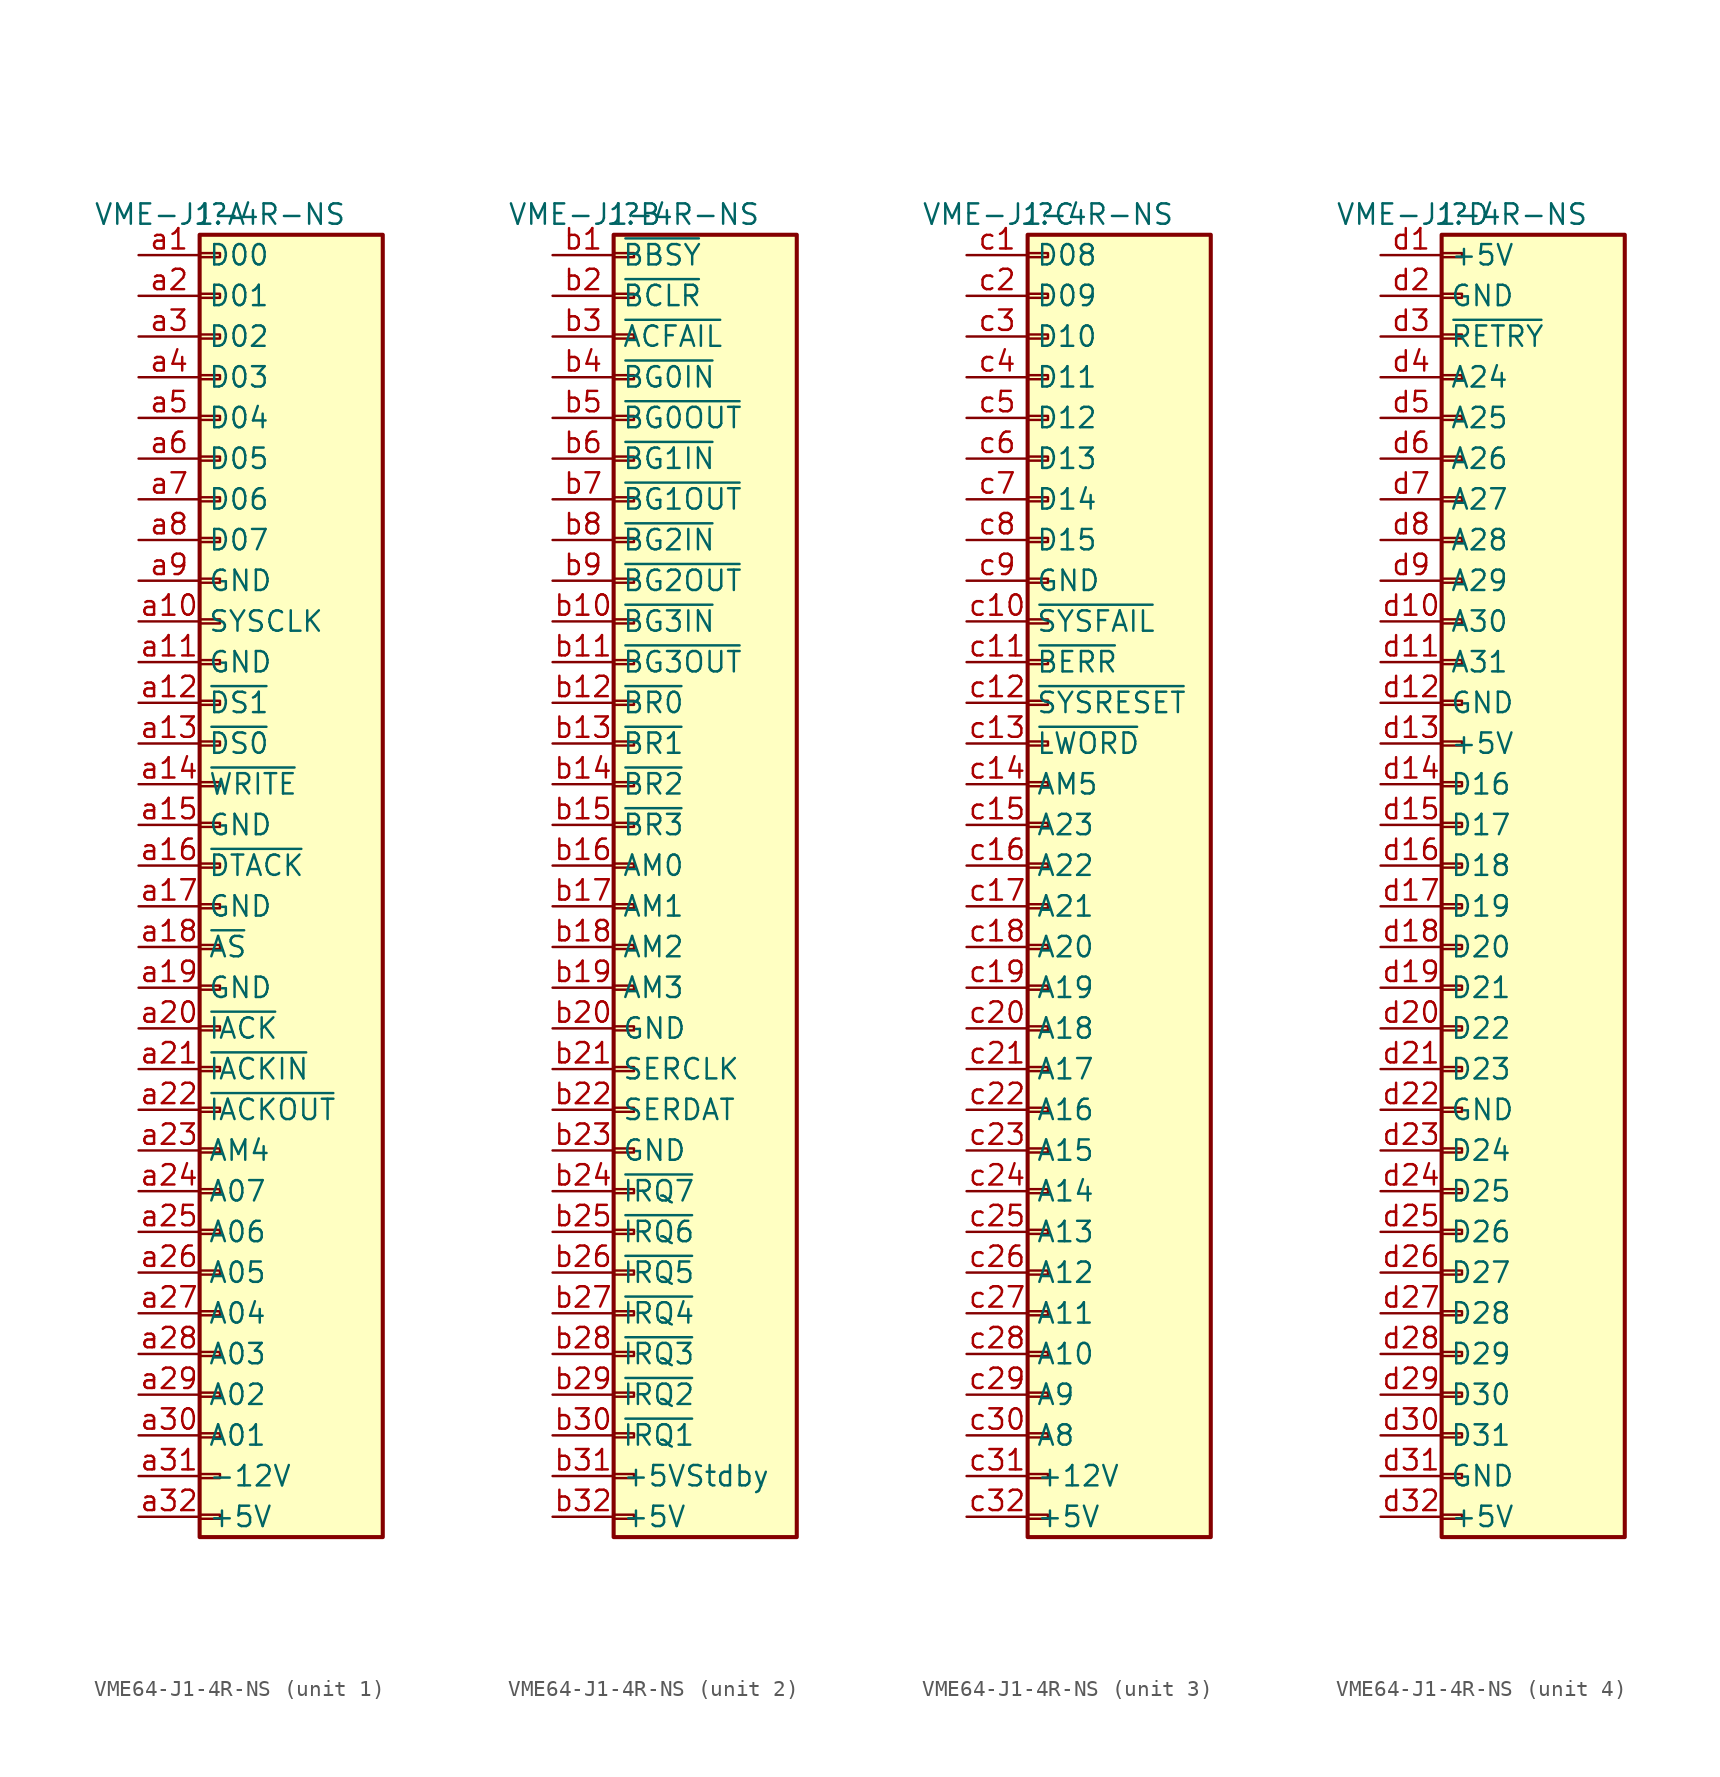
<source format=kicad_sym>
(kicad_symbol_lib
  (version 20231120)
  (generator "kicad_symbol_editor")
  (generator_version "8.0")
  (symbol "VME64-J1-4R-NS"
    (property "Reference" "J"
      (at 0 40.64 0)
      (effects (font (size 1.27 1.27))))
    (property "Value" "VME-J1-4R-NS"
      (at 0 40.64 0)
      (effects (font (size 1.27 1.27))))
    (property "ki_locked" ""
      (at 0 0 0)
      (effects (font (size 1.27 1.27))))
    (symbol "VME64-J1-4R-NS_1_1"
      (rectangle (start -1.27 -40.513) (end 0 -40.767) (stroke (width 0.152) (type default)) (fill (type none)))
      (rectangle (start -1.27 -37.973) (end 0 -38.227) (stroke (width 0.152) (type default)) (fill (type none)))
      (rectangle (start -1.27 -35.433) (end 0 -35.687) (stroke (width 0.152) (type default)) (fill (type none)))
      (rectangle (start -1.27 -32.893) (end 0 -33.147) (stroke (width 0.152) (type default)) (fill (type none)))
      (rectangle (start -1.27 -30.353) (end 0 -30.607) (stroke (width 0.152) (type default)) (fill (type none)))
      (rectangle (start -1.27 -27.813) (end 0 -28.067) (stroke (width 0.152) (type default)) (fill (type none)))
      (rectangle (start -1.27 -25.273) (end 0 -25.527) (stroke (width 0.152) (type default)) (fill (type none)))
      (rectangle (start -1.27 -22.733) (end 0 -22.987) (stroke (width 0.152) (type default)) (fill (type none)))
      (rectangle (start -1.27 -20.193) (end 0 -20.447) (stroke (width 0.152) (type default)) (fill (type none)))
      (rectangle (start -1.27 -17.653) (end 0 -17.907) (stroke (width 0.152) (type default)) (fill (type none)))
      (rectangle (start -1.27 -15.113) (end 0 -15.367) (stroke (width 0.152) (type default)) (fill (type none)))
      (rectangle (start -1.27 -12.573) (end 0 -12.827) (stroke (width 0.152) (type default)) (fill (type none)))
      (rectangle (start -1.27 -10.033) (end 0 -10.287) (stroke (width 0.152) (type default)) (fill (type none)))
      (rectangle (start -1.27 -7.493) (end 0 -7.747) (stroke (width 0.152) (type default)) (fill (type none)))
      (rectangle (start -1.27 -4.953) (end 0 -5.207) (stroke (width 0.152) (type default)) (fill (type none)))
      (rectangle (start -1.27 -2.413) (end 0 -2.667) (stroke (width 0.152) (type default)) (fill (type none)))
      (rectangle (start -1.27 0.127) (end 0 -0.127) (stroke (width 0.152) (type default)) (fill (type none)))
      (rectangle (start -1.27 2.667) (end 0 2.413) (stroke (width 0.152) (type default)) (fill (type none)))
      (rectangle (start -1.27 5.207) (end 0 4.953) (stroke (width 0.152) (type default)) (fill (type none)))
      (rectangle (start -1.27 7.747) (end 0 7.493) (stroke (width 0.152) (type default)) (fill (type none)))
      (rectangle (start -1.27 10.287) (end 0 10.033) (stroke (width 0.152) (type default)) (fill (type none)))
      (rectangle (start -1.27 12.827) (end 0 12.573) (stroke (width 0.152) (type default)) (fill (type none)))
      (rectangle (start -1.27 15.367) (end 0 15.113) (stroke (width 0.152) (type default)) (fill (type none)))
      (rectangle (start -1.27 17.907) (end 0 17.653) (stroke (width 0.152) (type default)) (fill (type none)))
      (rectangle (start -1.27 20.447) (end 0 20.193) (stroke (width 0.152) (type default)) (fill (type none)))
      (rectangle (start -1.27 22.987) (end 0 22.733) (stroke (width 0.152) (type default)) (fill (type none)))
      (rectangle (start -1.27 25.527) (end 0 25.273) (stroke (width 0.152) (type default)) (fill (type none)))
      (rectangle (start -1.27 28.067) (end 0 27.813) (stroke (width 0.152) (type default)) (fill (type none)))
      (rectangle (start -1.27 30.607) (end 0 30.353) (stroke (width 0.152) (type default)) (fill (type none)))
      (rectangle (start -1.27 33.147) (end 0 32.893) (stroke (width 0.152) (type default)) (fill (type none)))
      (rectangle (start -1.27 35.687) (end 0 35.433) (stroke (width 0.152) (type default)) (fill (type none)))
      (rectangle (start -1.27 38.227) (end 0 37.973) (stroke (width 0.152) (type default)) (fill (type none)))
      (rectangle (start -1.27 39.37) (end 10.16 -41.91) (stroke (width 0.254) (type default)) (fill (type background)))
      (pin bidirectional line (at -5.08 38.1 0) (length 3.81) (name "D00" (effects (font (size 1.27 1.27)))) (number "a1" (effects (font (size 1.27 1.27)))))
      (pin input line (at -5.08 15.24 0) (length 3.81) (name "SYSCLK" (effects (font (size 1.27 1.27)))) (number "a10" (effects (font (size 1.27 1.27)))))
      (pin power_in line (at -5.08 12.7 0) (length 3.81) (name "GND" (effects (font (size 1.27 1.27)))) (number "a11" (effects (font (size 1.27 1.27)))))
      (pin bidirectional line (at -5.08 10.16 0) (length 3.81) (name "~{DS1}" (effects (font (size 1.27 1.27)))) (number "a12" (effects (font (size 1.27 1.27)))))
      (pin bidirectional line (at -5.08 7.62 0) (length 3.81) (name "~{DS0}" (effects (font (size 1.27 1.27)))) (number "a13" (effects (font (size 1.27 1.27)))))
      (pin bidirectional line (at -5.08 5.08 0) (length 3.81) (name "~{WRITE}" (effects (font (size 1.27 1.27)))) (number "a14" (effects (font (size 1.27 1.27)))))
      (pin power_in line (at -5.08 2.54 0) (length 3.81) (name "GND" (effects (font (size 1.27 1.27)))) (number "a15" (effects (font (size 1.27 1.27)))))
      (pin bidirectional line (at -5.08 0 0) (length 3.81) (name "~{DTACK}" (effects (font (size 1.27 1.27)))) (number "a16" (effects (font (size 1.27 1.27)))))
      (pin power_in line (at -5.08 -2.54 0) (length 3.81) (name "GND" (effects (font (size 1.27 1.27)))) (number "a17" (effects (font (size 1.27 1.27)))))
      (pin bidirectional line (at -5.08 -5.08 0) (length 3.81) (name "~{AS}" (effects (font (size 1.27 1.27)))) (number "a18" (effects (font (size 1.27 1.27)))))
      (pin power_in line (at -5.08 -7.62 0) (length 3.81) (name "GND" (effects (font (size 1.27 1.27)))) (number "a19" (effects (font (size 1.27 1.27)))))
      (pin bidirectional line (at -5.08 35.56 0) (length 3.81) (name "D01" (effects (font (size 1.27 1.27)))) (number "a2" (effects (font (size 1.27 1.27)))))
      (pin bidirectional line (at -5.08 -10.16 0) (length 3.81) (name "~{IACK}" (effects (font (size 1.27 1.27)))) (number "a20" (effects (font (size 1.27 1.27)))))
      (pin output line (at -5.08 -12.7 0) (length 3.81) (name "~{IACKIN}" (effects (font (size 1.27 1.27)))) (number "a21" (effects (font (size 1.27 1.27)))))
      (pin input line (at -5.08 -15.24 0) (length 3.81) (name "~{IACKOUT}" (effects (font (size 1.27 1.27)))) (number "a22" (effects (font (size 1.27 1.27)))))
      (pin bidirectional line (at -5.08 -17.78 0) (length 3.81) (name "AM4" (effects (font (size 1.27 1.27)))) (number "a23" (effects (font (size 1.27 1.27)))))
      (pin bidirectional line (at -5.08 -20.32 0) (length 3.81) (name "A07" (effects (font (size 1.27 1.27)))) (number "a24" (effects (font (size 1.27 1.27)))))
      (pin bidirectional line (at -5.08 -22.86 0) (length 3.81) (name "A06" (effects (font (size 1.27 1.27)))) (number "a25" (effects (font (size 1.27 1.27)))))
      (pin bidirectional line (at -5.08 -25.4 0) (length 3.81) (name "A05" (effects (font (size 1.27 1.27)))) (number "a26" (effects (font (size 1.27 1.27)))))
      (pin bidirectional line (at -5.08 -27.94 0) (length 3.81) (name "A04" (effects (font (size 1.27 1.27)))) (number "a27" (effects (font (size 1.27 1.27)))))
      (pin bidirectional line (at -5.08 -30.48 0) (length 3.81) (name "A03" (effects (font (size 1.27 1.27)))) (number "a28" (effects (font (size 1.27 1.27)))))
      (pin bidirectional line (at -5.08 -33.02 0) (length 3.81) (name "A02" (effects (font (size 1.27 1.27)))) (number "a29" (effects (font (size 1.27 1.27)))))
      (pin bidirectional line (at -5.08 33.02 0) (length 3.81) (name "D02" (effects (font (size 1.27 1.27)))) (number "a3" (effects (font (size 1.27 1.27)))))
      (pin bidirectional line (at -5.08 -35.56 0) (length 3.81) (name "A01" (effects (font (size 1.27 1.27)))) (number "a30" (effects (font (size 1.27 1.27)))))
      (pin power_in line (at -5.08 -38.1 0) (length 3.81) (name "-12V" (effects (font (size 1.27 1.27)))) (number "a31" (effects (font (size 1.27 1.27)))))
      (pin power_in line (at -5.08 -40.64 0) (length 3.81) (name "+5V" (effects (font (size 1.27 1.27)))) (number "a32" (effects (font (size 1.27 1.27)))))
      (pin bidirectional line (at -5.08 30.48 0) (length 3.81) (name "D03" (effects (font (size 1.27 1.27)))) (number "a4" (effects (font (size 1.27 1.27)))))
      (pin bidirectional line (at -5.08 27.94 0) (length 3.81) (name "D04" (effects (font (size 1.27 1.27)))) (number "a5" (effects (font (size 1.27 1.27)))))
      (pin bidirectional line (at -5.08 25.4 0) (length 3.81) (name "D05" (effects (font (size 1.27 1.27)))) (number "a6" (effects (font (size 1.27 1.27)))))
      (pin bidirectional line (at -5.08 22.86 0) (length 3.81) (name "D06" (effects (font (size 1.27 1.27)))) (number "a7" (effects (font (size 1.27 1.27)))))
      (pin bidirectional line (at -5.08 20.32 0) (length 3.81) (name "D07" (effects (font (size 1.27 1.27)))) (number "a8" (effects (font (size 1.27 1.27)))))
      (pin power_in line (at -5.08 17.78 0) (length 3.81) (name "GND" (effects (font (size 1.27 1.27)))) (number "a9" (effects (font (size 1.27 1.27))))))
    (symbol "VME64-J1-4R-NS_2_1"
      (rectangle (start -1.27 -40.513) (end 0 -40.767) (stroke (width 0.152) (type default)) (fill (type none)))
      (rectangle (start -1.27 -37.973) (end 0 -38.227) (stroke (width 0.152) (type default)) (fill (type none)))
      (rectangle (start -1.27 -35.433) (end 0 -35.687) (stroke (width 0.152) (type default)) (fill (type none)))
      (rectangle (start -1.27 -32.893) (end 0 -33.147) (stroke (width 0.152) (type default)) (fill (type none)))
      (rectangle (start -1.27 -30.353) (end 0 -30.607) (stroke (width 0.152) (type default)) (fill (type none)))
      (rectangle (start -1.27 -27.813) (end 0 -28.067) (stroke (width 0.152) (type default)) (fill (type none)))
      (rectangle (start -1.27 -25.273) (end 0 -25.527) (stroke (width 0.152) (type default)) (fill (type none)))
      (rectangle (start -1.27 -22.733) (end 0 -22.987) (stroke (width 0.152) (type default)) (fill (type none)))
      (rectangle (start -1.27 -20.193) (end 0 -20.447) (stroke (width 0.152) (type default)) (fill (type none)))
      (rectangle (start -1.27 -17.653) (end 0 -17.907) (stroke (width 0.152) (type default)) (fill (type none)))
      (rectangle (start -1.27 -15.113) (end 0 -15.367) (stroke (width 0.152) (type default)) (fill (type none)))
      (rectangle (start -1.27 -12.573) (end 0 -12.827) (stroke (width 0.152) (type default)) (fill (type none)))
      (rectangle (start -1.27 -10.033) (end 0 -10.287) (stroke (width 0.152) (type default)) (fill (type none)))
      (rectangle (start -1.27 -7.493) (end 0 -7.747) (stroke (width 0.152) (type default)) (fill (type none)))
      (rectangle (start -1.27 -4.953) (end 0 -5.207) (stroke (width 0.152) (type default)) (fill (type none)))
      (rectangle (start -1.27 -2.413) (end 0 -2.667) (stroke (width 0.152) (type default)) (fill (type none)))
      (rectangle (start -1.27 0.127) (end 0 -0.127) (stroke (width 0.152) (type default)) (fill (type none)))
      (rectangle (start -1.27 2.667) (end 0 2.413) (stroke (width 0.152) (type default)) (fill (type none)))
      (rectangle (start -1.27 5.207) (end 0 4.953) (stroke (width 0.152) (type default)) (fill (type none)))
      (rectangle (start -1.27 7.747) (end 0 7.493) (stroke (width 0.152) (type default)) (fill (type none)))
      (rectangle (start -1.27 10.287) (end 0 10.033) (stroke (width 0.152) (type default)) (fill (type none)))
      (rectangle (start -1.27 12.827) (end 0 12.573) (stroke (width 0.152) (type default)) (fill (type none)))
      (rectangle (start -1.27 15.367) (end 0 15.113) (stroke (width 0.152) (type default)) (fill (type none)))
      (rectangle (start -1.27 17.907) (end 0 17.653) (stroke (width 0.152) (type default)) (fill (type none)))
      (rectangle (start -1.27 20.447) (end 0 20.193) (stroke (width 0.152) (type default)) (fill (type none)))
      (rectangle (start -1.27 22.987) (end 0 22.733) (stroke (width 0.152) (type default)) (fill (type none)))
      (rectangle (start -1.27 25.527) (end 0 25.273) (stroke (width 0.152) (type default)) (fill (type none)))
      (rectangle (start -1.27 28.067) (end 0 27.813) (stroke (width 0.152) (type default)) (fill (type none)))
      (rectangle (start -1.27 30.607) (end 0 30.353) (stroke (width 0.152) (type default)) (fill (type none)))
      (rectangle (start -1.27 33.147) (end 0 32.893) (stroke (width 0.152) (type default)) (fill (type none)))
      (rectangle (start -1.27 35.687) (end 0 35.433) (stroke (width 0.152) (type default)) (fill (type none)))
      (rectangle (start -1.27 38.227) (end 0 37.973) (stroke (width 0.152) (type default)) (fill (type none)))
      (rectangle (start -1.27 39.37) (end 10.16 -41.91) (stroke (width 0.254) (type default)) (fill (type background)))
      (pin bidirectional line (at -5.08 38.1 0) (length 3.81) (name "~{BBSY}" (effects (font (size 1.27 1.27)))) (number "b1" (effects (font (size 1.27 1.27)))))
      (pin output line (at -5.08 15.24 0) (length 3.81) (name "~{BG3IN}" (effects (font (size 1.27 1.27)))) (number "b10" (effects (font (size 1.27 1.27)))))
      (pin input line (at -5.08 12.7 0) (length 3.81) (name "~{BG3OUT}" (effects (font (size 1.27 1.27)))) (number "b11" (effects (font (size 1.27 1.27)))))
      (pin bidirectional line (at -5.08 10.16 0) (length 3.81) (name "~{BR0}" (effects (font (size 1.27 1.27)))) (number "b12" (effects (font (size 1.27 1.27)))))
      (pin bidirectional line (at -5.08 7.62 0) (length 3.81) (name "~{BR1}" (effects (font (size 1.27 1.27)))) (number "b13" (effects (font (size 1.27 1.27)))))
      (pin bidirectional line (at -5.08 5.08 0) (length 3.81) (name "~{BR2}" (effects (font (size 1.27 1.27)))) (number "b14" (effects (font (size 1.27 1.27)))))
      (pin bidirectional line (at -5.08 2.54 0) (length 3.81) (name "~{BR3}" (effects (font (size 1.27 1.27)))) (number "b15" (effects (font (size 1.27 1.27)))))
      (pin bidirectional line (at -5.08 0 0) (length 3.81) (name "AM0" (effects (font (size 1.27 1.27)))) (number "b16" (effects (font (size 1.27 1.27)))))
      (pin bidirectional line (at -5.08 -2.54 0) (length 3.81) (name "AM1" (effects (font (size 1.27 1.27)))) (number "b17" (effects (font (size 1.27 1.27)))))
      (pin bidirectional line (at -5.08 -5.08 0) (length 3.81) (name "AM2" (effects (font (size 1.27 1.27)))) (number "b18" (effects (font (size 1.27 1.27)))))
      (pin bidirectional line (at -5.08 -7.62 0) (length 3.81) (name "AM3" (effects (font (size 1.27 1.27)))) (number "b19" (effects (font (size 1.27 1.27)))))
      (pin bidirectional line (at -5.08 35.56 0) (length 3.81) (name "~{BCLR}" (effects (font (size 1.27 1.27)))) (number "b2" (effects (font (size 1.27 1.27)))))
      (pin power_in line (at -5.08 -10.16 0) (length 3.81) (name "GND" (effects (font (size 1.27 1.27)))) (number "b20" (effects (font (size 1.27 1.27)))))
      (pin bidirectional line (at -5.08 -12.7 0) (length 3.81) (name "SERCLK" (effects (font (size 1.27 1.27)))) (number "b21" (effects (font (size 1.27 1.27)))))
      (pin bidirectional line (at -5.08 -15.24 0) (length 3.81) (name "SERDAT" (effects (font (size 1.27 1.27)))) (number "b22" (effects (font (size 1.27 1.27)))))
      (pin power_in line (at -5.08 -17.78 0) (length 3.81) (name "GND" (effects (font (size 1.27 1.27)))) (number "b23" (effects (font (size 1.27 1.27)))))
      (pin bidirectional line (at -5.08 -20.32 0) (length 3.81) (name "~{IRQ7}" (effects (font (size 1.27 1.27)))) (number "b24" (effects (font (size 1.27 1.27)))))
      (pin bidirectional line (at -5.08 -22.86 0) (length 3.81) (name "~{IRQ6}" (effects (font (size 1.27 1.27)))) (number "b25" (effects (font (size 1.27 1.27)))))
      (pin bidirectional line (at -5.08 -25.4 0) (length 3.81) (name "~{IRQ5}" (effects (font (size 1.27 1.27)))) (number "b26" (effects (font (size 1.27 1.27)))))
      (pin bidirectional line (at -5.08 -27.94 0) (length 3.81) (name "~{IRQ4}" (effects (font (size 1.27 1.27)))) (number "b27" (effects (font (size 1.27 1.27)))))
      (pin bidirectional line (at -5.08 -30.48 0) (length 3.81) (name "~{IRQ3}" (effects (font (size 1.27 1.27)))) (number "b28" (effects (font (size 1.27 1.27)))))
      (pin bidirectional line (at -5.08 -33.02 0) (length 3.81) (name "~{IRQ2}" (effects (font (size 1.27 1.27)))) (number "b29" (effects (font (size 1.27 1.27)))))
      (pin input line (at -5.08 33.02 0) (length 3.81) (name "~{ACFAIL}" (effects (font (size 1.27 1.27)))) (number "b3" (effects (font (size 1.27 1.27)))))
      (pin bidirectional line (at -5.08 -35.56 0) (length 3.81) (name "~{IRQ1}" (effects (font (size 1.27 1.27)))) (number "b30" (effects (font (size 1.27 1.27)))))
      (pin power_in line (at -5.08 -38.1 0) (length 3.81) (name "+5VStdby" (effects (font (size 1.27 1.27)))) (number "b31" (effects (font (size 1.27 1.27)))))
      (pin power_in line (at -5.08 -40.64 0) (length 3.81) (name "+5V" (effects (font (size 1.27 1.27)))) (number "b32" (effects (font (size 1.27 1.27)))))
      (pin output line (at -5.08 30.48 0) (length 3.81) (name "~{BG0IN}" (effects (font (size 1.27 1.27)))) (number "b4" (effects (font (size 1.27 1.27)))))
      (pin input line (at -5.08 27.94 0) (length 3.81) (name "~{BG0OUT}" (effects (font (size 1.27 1.27)))) (number "b5" (effects (font (size 1.27 1.27)))))
      (pin output line (at -5.08 25.4 0) (length 3.81) (name "~{BG1IN}" (effects (font (size 1.27 1.27)))) (number "b6" (effects (font (size 1.27 1.27)))))
      (pin input line (at -5.08 22.86 0) (length 3.81) (name "~{BG1OUT}" (effects (font (size 1.27 1.27)))) (number "b7" (effects (font (size 1.27 1.27)))))
      (pin output line (at -5.08 20.32 0) (length 3.81) (name "~{BG2IN}" (effects (font (size 1.27 1.27)))) (number "b8" (effects (font (size 1.27 1.27)))))
      (pin input line (at -5.08 17.78 0) (length 3.81) (name "~{BG2OUT}" (effects (font (size 1.27 1.27)))) (number "b9" (effects (font (size 1.27 1.27))))))
    (symbol "VME64-J1-4R-NS_3_1"
      (rectangle (start -1.27 -40.513) (end 0 -40.767) (stroke (width 0.152) (type default)) (fill (type none)))
      (rectangle (start -1.27 -37.973) (end 0 -38.227) (stroke (width 0.152) (type default)) (fill (type none)))
      (rectangle (start -1.27 -35.433) (end 0 -35.687) (stroke (width 0.152) (type default)) (fill (type none)))
      (rectangle (start -1.27 -32.893) (end 0 -33.147) (stroke (width 0.152) (type default)) (fill (type none)))
      (rectangle (start -1.27 -30.353) (end 0 -30.607) (stroke (width 0.152) (type default)) (fill (type none)))
      (rectangle (start -1.27 -27.813) (end 0 -28.067) (stroke (width 0.152) (type default)) (fill (type none)))
      (rectangle (start -1.27 -25.273) (end 0 -25.527) (stroke (width 0.152) (type default)) (fill (type none)))
      (rectangle (start -1.27 -22.733) (end 0 -22.987) (stroke (width 0.152) (type default)) (fill (type none)))
      (rectangle (start -1.27 -20.193) (end 0 -20.447) (stroke (width 0.152) (type default)) (fill (type none)))
      (rectangle (start -1.27 -17.653) (end 0 -17.907) (stroke (width 0.152) (type default)) (fill (type none)))
      (rectangle (start -1.27 -15.113) (end 0 -15.367) (stroke (width 0.152) (type default)) (fill (type none)))
      (rectangle (start -1.27 -12.573) (end 0 -12.827) (stroke (width 0.152) (type default)) (fill (type none)))
      (rectangle (start -1.27 -10.033) (end 0 -10.287) (stroke (width 0.152) (type default)) (fill (type none)))
      (rectangle (start -1.27 -7.493) (end 0 -7.747) (stroke (width 0.152) (type default)) (fill (type none)))
      (rectangle (start -1.27 -4.953) (end 0 -5.207) (stroke (width 0.152) (type default)) (fill (type none)))
      (rectangle (start -1.27 -2.413) (end 0 -2.667) (stroke (width 0.152) (type default)) (fill (type none)))
      (rectangle (start -1.27 0.127) (end 0 -0.127) (stroke (width 0.152) (type default)) (fill (type none)))
      (rectangle (start -1.27 2.667) (end 0 2.413) (stroke (width 0.152) (type default)) (fill (type none)))
      (rectangle (start -1.27 5.207) (end 0 4.953) (stroke (width 0.152) (type default)) (fill (type none)))
      (rectangle (start -1.27 7.747) (end 0 7.493) (stroke (width 0.152) (type default)) (fill (type none)))
      (rectangle (start -1.27 10.287) (end 0 10.033) (stroke (width 0.152) (type default)) (fill (type none)))
      (rectangle (start -1.27 12.827) (end 0 12.573) (stroke (width 0.152) (type default)) (fill (type none)))
      (rectangle (start -1.27 15.367) (end 0 15.113) (stroke (width 0.152) (type default)) (fill (type none)))
      (rectangle (start -1.27 17.907) (end 0 17.653) (stroke (width 0.152) (type default)) (fill (type none)))
      (rectangle (start -1.27 20.447) (end 0 20.193) (stroke (width 0.152) (type default)) (fill (type none)))
      (rectangle (start -1.27 22.987) (end 0 22.733) (stroke (width 0.152) (type default)) (fill (type none)))
      (rectangle (start -1.27 25.527) (end 0 25.273) (stroke (width 0.152) (type default)) (fill (type none)))
      (rectangle (start -1.27 28.067) (end 0 27.813) (stroke (width 0.152) (type default)) (fill (type none)))
      (rectangle (start -1.27 30.607) (end 0 30.353) (stroke (width 0.152) (type default)) (fill (type none)))
      (rectangle (start -1.27 33.147) (end 0 32.893) (stroke (width 0.152) (type default)) (fill (type none)))
      (rectangle (start -1.27 35.687) (end 0 35.433) (stroke (width 0.152) (type default)) (fill (type none)))
      (rectangle (start -1.27 38.227) (end 0 37.973) (stroke (width 0.152) (type default)) (fill (type none)))
      (rectangle (start -1.27 39.37) (end 10.16 -41.91) (stroke (width 0.254) (type default)) (fill (type background)))
      (pin bidirectional line (at -5.08 38.1 0) (length 3.81) (name "D08" (effects (font (size 1.27 1.27)))) (number "c1" (effects (font (size 1.27 1.27)))))
      (pin bidirectional line (at -5.08 15.24 0) (length 3.81) (name "~{SYSFAIL}" (effects (font (size 1.27 1.27)))) (number "c10" (effects (font (size 1.27 1.27)))))
      (pin bidirectional line (at -5.08 12.7 0) (length 3.81) (name "~{BERR}" (effects (font (size 1.27 1.27)))) (number "c11" (effects (font (size 1.27 1.27)))))
      (pin bidirectional line (at -5.08 10.16 0) (length 3.81) (name "~{SYSRESET}" (effects (font (size 1.27 1.27)))) (number "c12" (effects (font (size 1.27 1.27)))))
      (pin bidirectional line (at -5.08 7.62 0) (length 3.81) (name "~{LWORD}" (effects (font (size 1.27 1.27)))) (number "c13" (effects (font (size 1.27 1.27)))))
      (pin bidirectional line (at -5.08 5.08 0) (length 3.81) (name "AM5" (effects (font (size 1.27 1.27)))) (number "c14" (effects (font (size 1.27 1.27)))))
      (pin bidirectional line (at -5.08 2.54 0) (length 3.81) (name "A23" (effects (font (size 1.27 1.27)))) (number "c15" (effects (font (size 1.27 1.27)))))
      (pin bidirectional line (at -5.08 0 0) (length 3.81) (name "A22" (effects (font (size 1.27 1.27)))) (number "c16" (effects (font (size 1.27 1.27)))))
      (pin bidirectional line (at -5.08 -2.54 0) (length 3.81) (name "A21" (effects (font (size 1.27 1.27)))) (number "c17" (effects (font (size 1.27 1.27)))))
      (pin bidirectional line (at -5.08 -5.08 0) (length 3.81) (name "A20" (effects (font (size 1.27 1.27)))) (number "c18" (effects (font (size 1.27 1.27)))))
      (pin bidirectional line (at -5.08 -7.62 0) (length 3.81) (name "A19" (effects (font (size 1.27 1.27)))) (number "c19" (effects (font (size 1.27 1.27)))))
      (pin bidirectional line (at -5.08 35.56 0) (length 3.81) (name "D09" (effects (font (size 1.27 1.27)))) (number "c2" (effects (font (size 1.27 1.27)))))
      (pin bidirectional line (at -5.08 -10.16 0) (length 3.81) (name "A18" (effects (font (size 1.27 1.27)))) (number "c20" (effects (font (size 1.27 1.27)))))
      (pin bidirectional line (at -5.08 -12.7 0) (length 3.81) (name "A17" (effects (font (size 1.27 1.27)))) (number "c21" (effects (font (size 1.27 1.27)))))
      (pin bidirectional line (at -5.08 -15.24 0) (length 3.81) (name "A16" (effects (font (size 1.27 1.27)))) (number "c22" (effects (font (size 1.27 1.27)))))
      (pin bidirectional line (at -5.08 -17.78 0) (length 3.81) (name "A15" (effects (font (size 1.27 1.27)))) (number "c23" (effects (font (size 1.27 1.27)))))
      (pin bidirectional line (at -5.08 -20.32 0) (length 3.81) (name "A14" (effects (font (size 1.27 1.27)))) (number "c24" (effects (font (size 1.27 1.27)))))
      (pin bidirectional line (at -5.08 -22.86 0) (length 3.81) (name "A13" (effects (font (size 1.27 1.27)))) (number "c25" (effects (font (size 1.27 1.27)))))
      (pin bidirectional line (at -5.08 -25.4 0) (length 3.81) (name "A12" (effects (font (size 1.27 1.27)))) (number "c26" (effects (font (size 1.27 1.27)))))
      (pin bidirectional line (at -5.08 -27.94 0) (length 3.81) (name "A11" (effects (font (size 1.27 1.27)))) (number "c27" (effects (font (size 1.27 1.27)))))
      (pin bidirectional line (at -5.08 -30.48 0) (length 3.81) (name "A10" (effects (font (size 1.27 1.27)))) (number "c28" (effects (font (size 1.27 1.27)))))
      (pin bidirectional line (at -5.08 -33.02 0) (length 3.81) (name "A9" (effects (font (size 1.27 1.27)))) (number "c29" (effects (font (size 1.27 1.27)))))
      (pin bidirectional line (at -5.08 33.02 0) (length 3.81) (name "D10" (effects (font (size 1.27 1.27)))) (number "c3" (effects (font (size 1.27 1.27)))))
      (pin bidirectional line (at -5.08 -35.56 0) (length 3.81) (name "A8" (effects (font (size 1.27 1.27)))) (number "c30" (effects (font (size 1.27 1.27)))))
      (pin power_in line (at -5.08 -38.1 0) (length 3.81) (name "+12V" (effects (font (size 1.27 1.27)))) (number "c31" (effects (font (size 1.27 1.27)))))
      (pin power_in line (at -5.08 -40.64 0) (length 3.81) (name "+5V" (effects (font (size 1.27 1.27)))) (number "c32" (effects (font (size 1.27 1.27)))))
      (pin bidirectional line (at -5.08 30.48 0) (length 3.81) (name "D11" (effects (font (size 1.27 1.27)))) (number "c4" (effects (font (size 1.27 1.27)))))
      (pin bidirectional line (at -5.08 27.94 0) (length 3.81) (name "D12" (effects (font (size 1.27 1.27)))) (number "c5" (effects (font (size 1.27 1.27)))))
      (pin bidirectional line (at -5.08 25.4 0) (length 3.81) (name "D13" (effects (font (size 1.27 1.27)))) (number "c6" (effects (font (size 1.27 1.27)))))
      (pin bidirectional line (at -5.08 22.86 0) (length 3.81) (name "D14" (effects (font (size 1.27 1.27)))) (number "c7" (effects (font (size 1.27 1.27)))))
      (pin bidirectional line (at -5.08 20.32 0) (length 3.81) (name "D15" (effects (font (size 1.27 1.27)))) (number "c8" (effects (font (size 1.27 1.27)))))
      (pin power_in line (at -5.08 17.78 0) (length 3.81) (name "GND" (effects (font (size 1.27 1.27)))) (number "c9" (effects (font (size 1.27 1.27))))))
    (symbol "VME64-J1-4R-NS_4_1"
      (rectangle (start -1.27 -40.513) (end 0 -40.767) (stroke (width 0.152) (type default)) (fill (type none)))
      (rectangle (start -1.27 -37.973) (end 0 -38.227) (stroke (width 0.152) (type default)) (fill (type none)))
      (rectangle (start -1.27 -35.433) (end 0 -35.687) (stroke (width 0.152) (type default)) (fill (type none)))
      (rectangle (start -1.27 -32.893) (end 0 -33.147) (stroke (width 0.152) (type default)) (fill (type none)))
      (rectangle (start -1.27 -30.353) (end 0 -30.607) (stroke (width 0.152) (type default)) (fill (type none)))
      (rectangle (start -1.27 -27.813) (end 0 -28.067) (stroke (width 0.152) (type default)) (fill (type none)))
      (rectangle (start -1.27 -25.273) (end 0 -25.527) (stroke (width 0.152) (type default)) (fill (type none)))
      (rectangle (start -1.27 -22.733) (end 0 -22.987) (stroke (width 0.152) (type default)) (fill (type none)))
      (rectangle (start -1.27 -20.193) (end 0 -20.447) (stroke (width 0.152) (type default)) (fill (type none)))
      (rectangle (start -1.27 -17.653) (end 0 -17.907) (stroke (width 0.152) (type default)) (fill (type none)))
      (rectangle (start -1.27 -15.113) (end 0 -15.367) (stroke (width 0.152) (type default)) (fill (type none)))
      (rectangle (start -1.27 -12.573) (end 0 -12.827) (stroke (width 0.152) (type default)) (fill (type none)))
      (rectangle (start -1.27 -10.033) (end 0 -10.287) (stroke (width 0.152) (type default)) (fill (type none)))
      (rectangle (start -1.27 -7.493) (end 0 -7.747) (stroke (width 0.152) (type default)) (fill (type none)))
      (rectangle (start -1.27 -4.953) (end 0 -5.207) (stroke (width 0.152) (type default)) (fill (type none)))
      (rectangle (start -1.27 -2.413) (end 0 -2.667) (stroke (width 0.152) (type default)) (fill (type none)))
      (rectangle (start -1.27 0.127) (end 0 -0.127) (stroke (width 0.152) (type default)) (fill (type none)))
      (rectangle (start -1.27 2.667) (end 0 2.413) (stroke (width 0.152) (type default)) (fill (type none)))
      (rectangle (start -1.27 5.207) (end 0 4.953) (stroke (width 0.152) (type default)) (fill (type none)))
      (rectangle (start -1.27 7.747) (end 0 7.493) (stroke (width 0.152) (type default)) (fill (type none)))
      (rectangle (start -1.27 10.287) (end 0 10.033) (stroke (width 0.152) (type default)) (fill (type none)))
      (rectangle (start -1.27 12.827) (end 0 12.573) (stroke (width 0.152) (type default)) (fill (type none)))
      (rectangle (start -1.27 15.367) (end 0 15.113) (stroke (width 0.152) (type default)) (fill (type none)))
      (rectangle (start -1.27 17.907) (end 0 17.653) (stroke (width 0.152) (type default)) (fill (type none)))
      (rectangle (start -1.27 20.447) (end 0 20.193) (stroke (width 0.152) (type default)) (fill (type none)))
      (rectangle (start -1.27 22.987) (end 0 22.733) (stroke (width 0.152) (type default)) (fill (type none)))
      (rectangle (start -1.27 25.527) (end 0 25.273) (stroke (width 0.152) (type default)) (fill (type none)))
      (rectangle (start -1.27 28.067) (end 0 27.813) (stroke (width 0.152) (type default)) (fill (type none)))
      (rectangle (start -1.27 30.607) (end 0 30.353) (stroke (width 0.152) (type default)) (fill (type none)))
      (rectangle (start -1.27 33.147) (end 0 32.893) (stroke (width 0.152) (type default)) (fill (type none)))
      (rectangle (start -1.27 35.687) (end 0 35.433) (stroke (width 0.152) (type default)) (fill (type none)))
      (rectangle (start -1.27 38.227) (end 0 37.973) (stroke (width 0.152) (type default)) (fill (type none)))
      (rectangle (start -1.27 39.37) (end 10.16 -41.91) (stroke (width 0.254) (type default)) (fill (type background)))
      (pin power_in line (at -5.08 38.1 0) (length 3.81) (name "+5V" (effects (font (size 1.27 1.27)))) (number "d1" (effects (font (size 1.27 1.27)))))
      (pin bidirectional line (at -5.08 15.24 0) (length 3.81) (name "A30" (effects (font (size 1.27 1.27)))) (number "d10" (effects (font (size 1.27 1.27)))))
      (pin bidirectional line (at -5.08 12.7 0) (length 3.81) (name "A31" (effects (font (size 1.27 1.27)))) (number "d11" (effects (font (size 1.27 1.27)))))
      (pin power_in line (at -5.08 10.16 0) (length 3.81) (name "GND" (effects (font (size 1.27 1.27)))) (number "d12" (effects (font (size 1.27 1.27)))))
      (pin power_in line (at -5.08 7.62 0) (length 3.81) (name "+5V" (effects (font (size 1.27 1.27)))) (number "d13" (effects (font (size 1.27 1.27)))))
      (pin bidirectional line (at -5.08 5.08 0) (length 3.81) (name "D16" (effects (font (size 1.27 1.27)))) (number "d14" (effects (font (size 1.27 1.27)))))
      (pin bidirectional line (at -5.08 2.54 0) (length 3.81) (name "D17" (effects (font (size 1.27 1.27)))) (number "d15" (effects (font (size 1.27 1.27)))))
      (pin bidirectional line (at -5.08 0 0) (length 3.81) (name "D18" (effects (font (size 1.27 1.27)))) (number "d16" (effects (font (size 1.27 1.27)))))
      (pin bidirectional line (at -5.08 -2.54 0) (length 3.81) (name "D19" (effects (font (size 1.27 1.27)))) (number "d17" (effects (font (size 1.27 1.27)))))
      (pin bidirectional line (at -5.08 -5.08 0) (length 3.81) (name "D20" (effects (font (size 1.27 1.27)))) (number "d18" (effects (font (size 1.27 1.27)))))
      (pin bidirectional line (at -5.08 -7.62 0) (length 3.81) (name "D21" (effects (font (size 1.27 1.27)))) (number "d19" (effects (font (size 1.27 1.27)))))
      (pin power_in line (at -5.08 35.56 0) (length 3.81) (name "GND" (effects (font (size 1.27 1.27)))) (number "d2" (effects (font (size 1.27 1.27)))))
      (pin bidirectional line (at -5.08 -10.16 0) (length 3.81) (name "D22" (effects (font (size 1.27 1.27)))) (number "d20" (effects (font (size 1.27 1.27)))))
      (pin bidirectional line (at -5.08 -12.7 0) (length 3.81) (name "D23" (effects (font (size 1.27 1.27)))) (number "d21" (effects (font (size 1.27 1.27)))))
      (pin power_in line (at -5.08 -15.24 0) (length 3.81) (name "GND" (effects (font (size 1.27 1.27)))) (number "d22" (effects (font (size 1.27 1.27)))))
      (pin bidirectional line (at -5.08 -17.78 0) (length 3.81) (name "D24" (effects (font (size 1.27 1.27)))) (number "d23" (effects (font (size 1.27 1.27)))))
      (pin bidirectional line (at -5.08 -20.32 0) (length 3.81) (name "D25" (effects (font (size 1.27 1.27)))) (number "d24" (effects (font (size 1.27 1.27)))))
      (pin bidirectional line (at -5.08 -22.86 0) (length 3.81) (name "D26" (effects (font (size 1.27 1.27)))) (number "d25" (effects (font (size 1.27 1.27)))))
      (pin bidirectional line (at -5.08 -25.4 0) (length 3.81) (name "D27" (effects (font (size 1.27 1.27)))) (number "d26" (effects (font (size 1.27 1.27)))))
      (pin bidirectional line (at -5.08 -27.94 0) (length 3.81) (name "D28" (effects (font (size 1.27 1.27)))) (number "d27" (effects (font (size 1.27 1.27)))))
      (pin bidirectional line (at -5.08 -30.48 0) (length 3.81) (name "D29" (effects (font (size 1.27 1.27)))) (number "d28" (effects (font (size 1.27 1.27)))))
      (pin bidirectional line (at -5.08 -33.02 0) (length 3.81) (name "D30" (effects (font (size 1.27 1.27)))) (number "d29" (effects (font (size 1.27 1.27)))))
      (pin bidirectional line (at -5.08 33.02 0) (length 3.81) (name "~{RETRY}" (effects (font (size 1.27 1.27)))) (number "d3" (effects (font (size 1.27 1.27)))))
      (pin bidirectional line (at -5.08 -35.56 0) (length 3.81) (name "D31" (effects (font (size 1.27 1.27)))) (number "d30" (effects (font (size 1.27 1.27)))))
      (pin power_in line (at -5.08 -38.1 0) (length 3.81) (name "GND" (effects (font (size 1.27 1.27)))) (number "d31" (effects (font (size 1.27 1.27)))))
      (pin power_in line (at -5.08 -40.64 0) (length 3.81) (name "+5V" (effects (font (size 1.27 1.27)))) (number "d32" (effects (font (size 1.27 1.27)))))
      (pin bidirectional line (at -5.08 30.48 0) (length 3.81) (name "A24" (effects (font (size 1.27 1.27)))) (number "d4" (effects (font (size 1.27 1.27)))))
      (pin bidirectional line (at -5.08 27.94 0) (length 3.81) (name "A25" (effects (font (size 1.27 1.27)))) (number "d5" (effects (font (size 1.27 1.27)))))
      (pin bidirectional line (at -5.08 25.4 0) (length 3.81) (name "A26" (effects (font (size 1.27 1.27)))) (number "d6" (effects (font (size 1.27 1.27)))))
      (pin bidirectional line (at -5.08 22.86 0) (length 3.81) (name "A27" (effects (font (size 1.27 1.27)))) (number "d7" (effects (font (size 1.27 1.27)))))
      (pin bidirectional line (at -5.08 20.32 0) (length 3.81) (name "A28" (effects (font (size 1.27 1.27)))) (number "d8" (effects (font (size 1.27 1.27)))))
      (pin bidirectional line (at -5.08 17.78 0) (length 3.81) (name "A29" (effects (font (size 1.27 1.27)))) (number "d9" (effects (font (size 1.27 1.27))))))))
</source>
